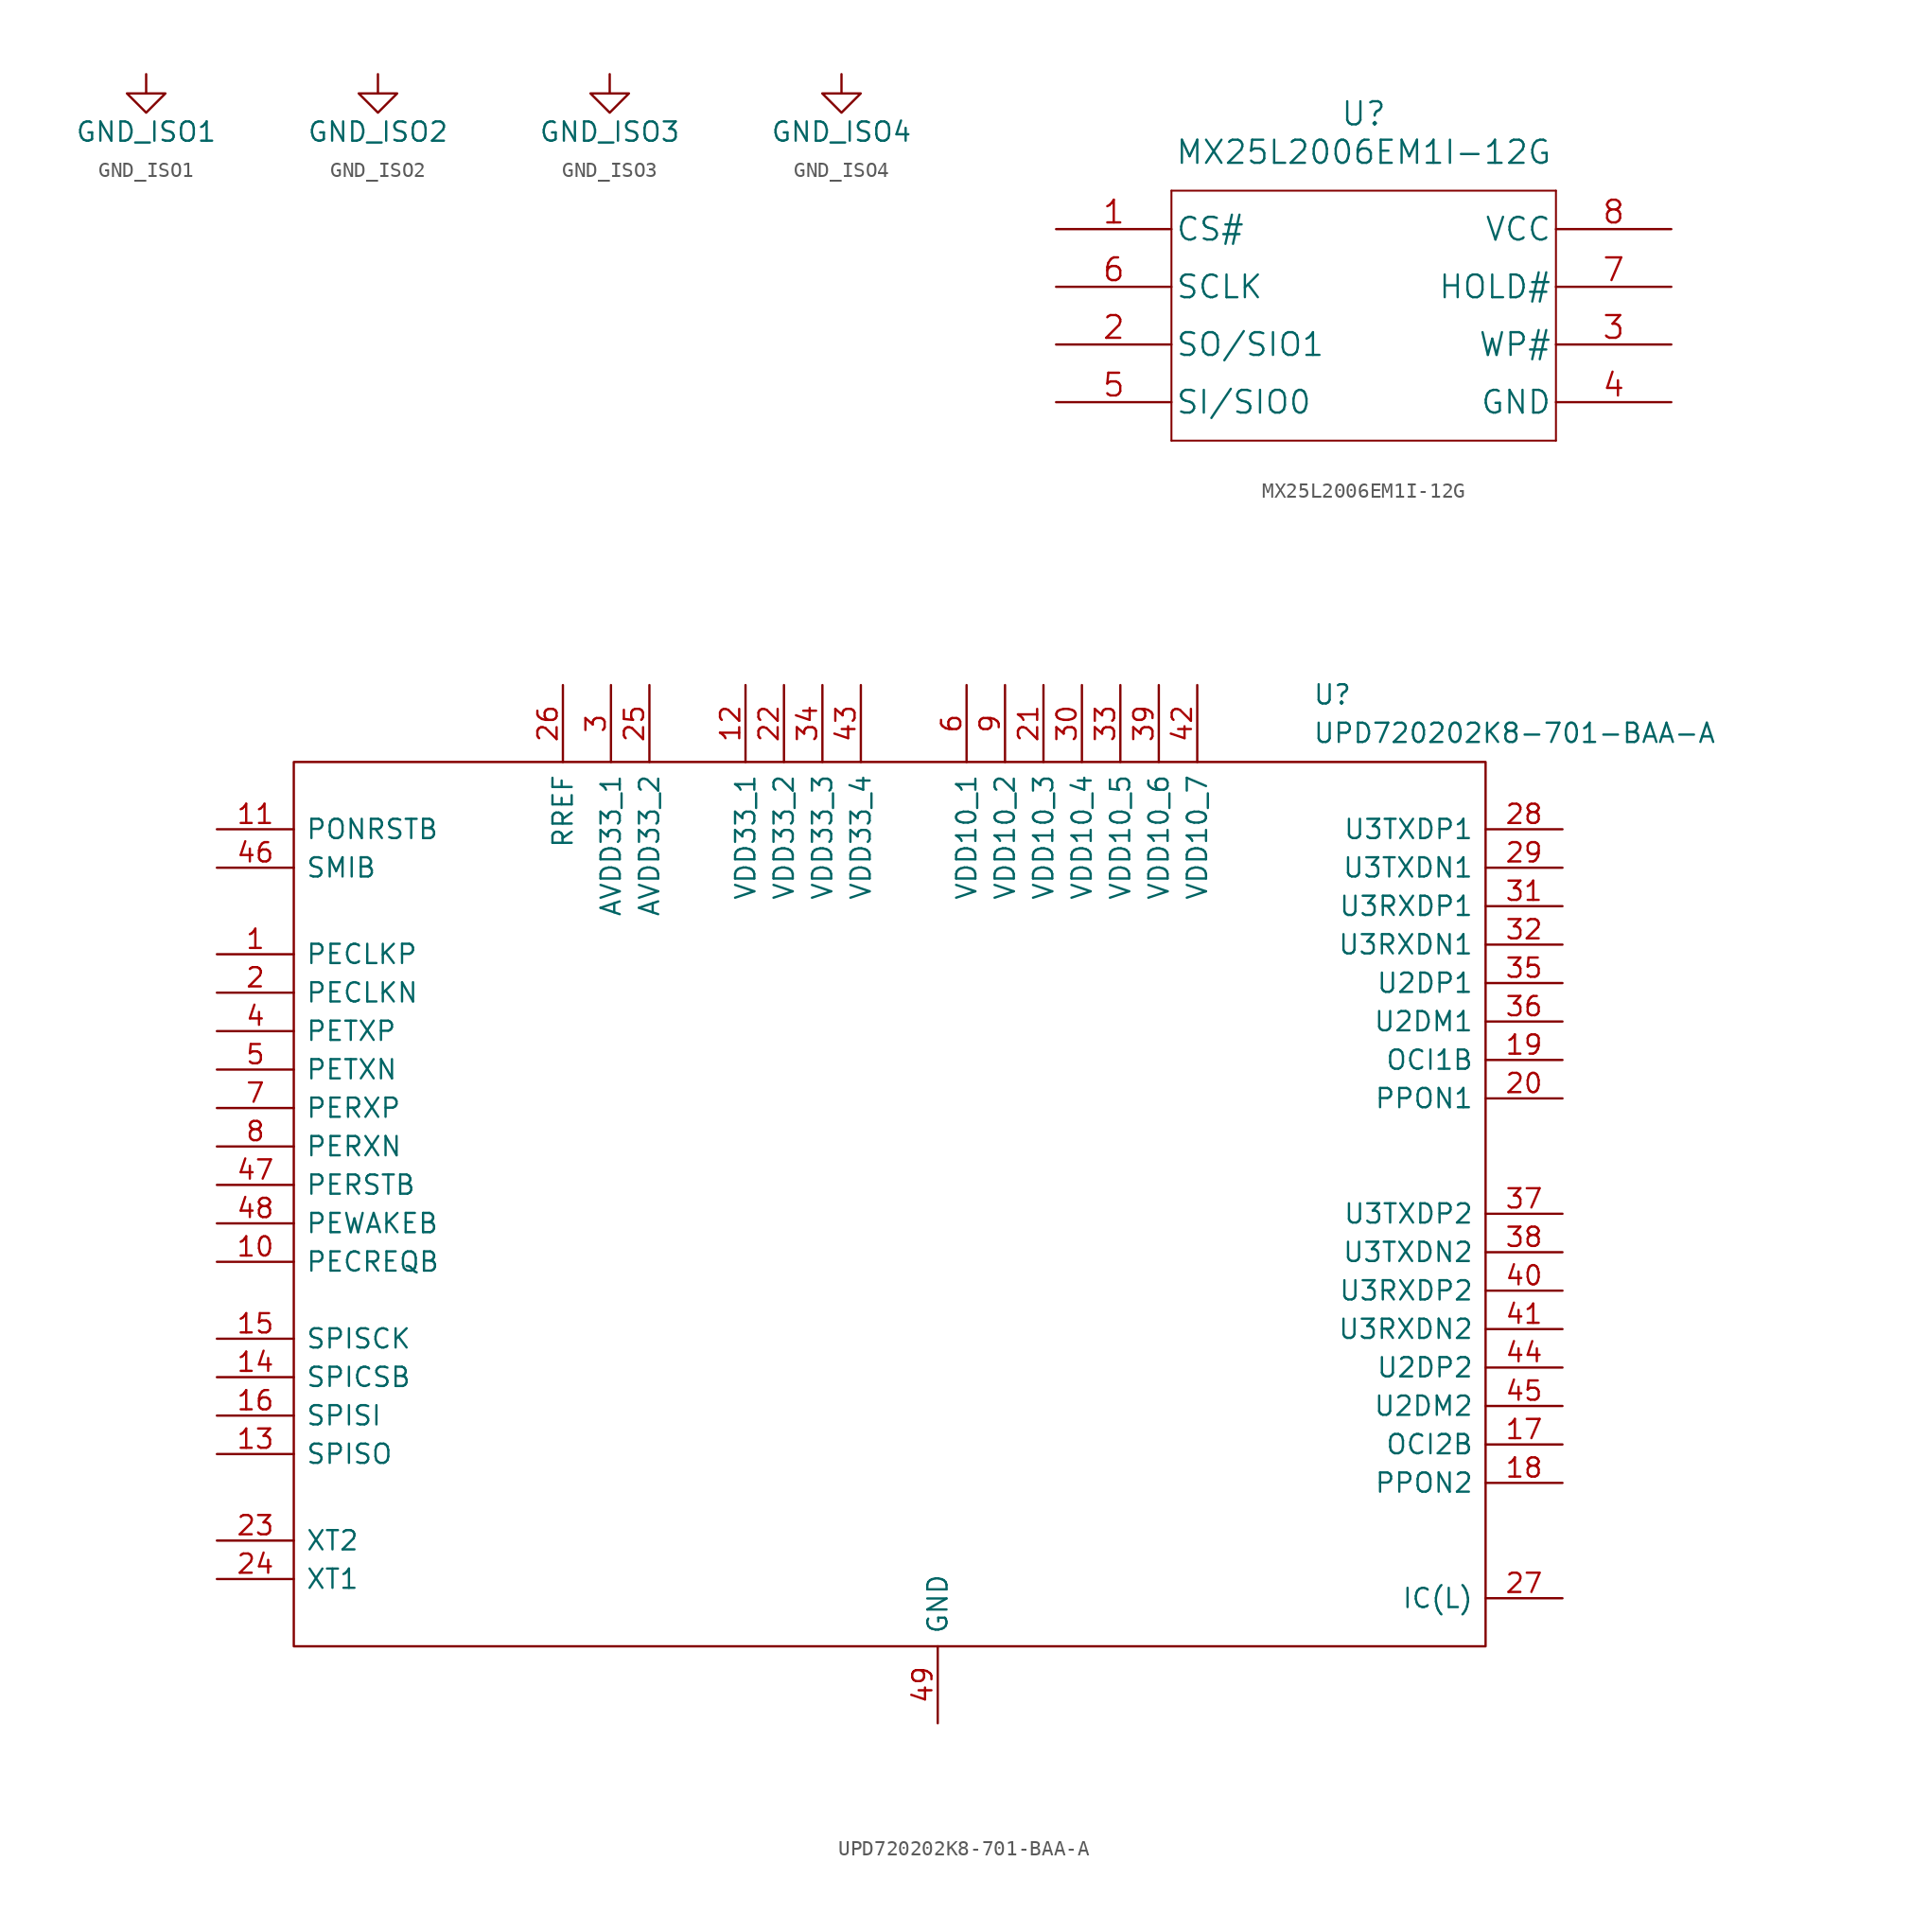
<source format=kicad_sym>
(kicad_symbol_lib
  (version 20211014)
  (generator kicad_symbol_editor)
  (symbol "GND_ISO1"
    (power)
    (pin_names
      (offset 0))
    (property "Reference" "#PWR"
      (at 0 -6.35 0)
      (effects (font (size 1.27 1.27)) hide))
    (property "Value" "GND_ISO1"
      (at 0 -3.81 0)
      (effects (font (size 1.27 1.27))))
    (property "Footprint" ""
      (at 0 0 0)
      (effects (font (size 1.27 1.27))))
    (property "Datasheet" ""
      (at 0 0 0)
      (effects (font (size 1.27 1.27))))
    (symbol "GND_ISO1_0_1"
      (polyline (pts (xy 0 0) (xy 0 -1.27) (xy 1.27 -1.27) (xy 0 -2.54) (xy -1.27 -1.27) (xy 0 -1.27)) (stroke (width 0) (type default) (color 0 0 0 0)) (fill (type none))))
    (symbol "GND_ISO1_1_1"
      (pin power_in line (at 0 0 270) (length 0) hide (name "GND_ISO1" (effects (font (size 1.27 1.27)))) (number "1" (effects (font (size 1.27 1.27)))))))
  (symbol "GND_ISO2"
    (power)
    (pin_names
      (offset 0))
    (property "Reference" "#PWR"
      (at 0 -6.35 0)
      (effects (font (size 1.27 1.27)) hide))
    (property "Value" "GND_ISO2"
      (at 0 -3.81 0)
      (effects (font (size 1.27 1.27))))
    (property "Footprint" ""
      (at 0 0 0)
      (effects (font (size 1.27 1.27))))
    (property "Datasheet" ""
      (at 0 0 0)
      (effects (font (size 1.27 1.27))))
    (symbol "GND_ISO2_0_1"
      (polyline (pts (xy 0 0) (xy 0 -1.27) (xy 1.27 -1.27) (xy 0 -2.54) (xy -1.27 -1.27) (xy 0 -1.27)) (stroke (width 0) (type default) (color 0 0 0 0)) (fill (type none))))
    (symbol "GND_ISO2_1_1"
      (pin power_in line (at 0 0 270) (length 0) hide (name "GND_ISO2" (effects (font (size 1.27 1.27)))) (number "1" (effects (font (size 1.27 1.27)))))))
  (symbol "GND_ISO3"
    (power)
    (pin_names
      (offset 0))
    (property "Reference" "#PWR"
      (at 0 -6.35 0)
      (effects (font (size 1.27 1.27)) hide))
    (property "Value" "GND_ISO3"
      (at 0 -3.81 0)
      (effects (font (size 1.27 1.27))))
    (property "Footprint" ""
      (at 0 0 0)
      (effects (font (size 1.27 1.27))))
    (property "Datasheet" ""
      (at 0 0 0)
      (effects (font (size 1.27 1.27))))
    (symbol "GND_ISO3_0_1"
      (polyline (pts (xy 0 0) (xy 0 -1.27) (xy 1.27 -1.27) (xy 0 -2.54) (xy -1.27 -1.27) (xy 0 -1.27)) (stroke (width 0) (type default) (color 0 0 0 0)) (fill (type none))))
    (symbol "GND_ISO3_1_1"
      (pin power_in line (at 0 0 270) (length 0) hide (name "GND_ISO3" (effects (font (size 1.27 1.27)))) (number "1" (effects (font (size 1.27 1.27)))))))
  (symbol "GND_ISO4"
    (power)
    (pin_names
      (offset 0))
    (property "Reference" "#PWR"
      (at 0 -6.35 0)
      (effects (font (size 1.27 1.27)) hide))
    (property "Value" "GND_ISO4"
      (at 0 -3.81 0)
      (effects (font (size 1.27 1.27))))
    (property "Footprint" ""
      (at 0 0 0)
      (effects (font (size 1.27 1.27))))
    (property "Datasheet" ""
      (at 0 0 0)
      (effects (font (size 1.27 1.27))))
    (symbol "GND_ISO4_0_1"
      (polyline (pts (xy 0 0) (xy 0 -1.27) (xy 1.27 -1.27) (xy 0 -2.54) (xy -1.27 -1.27) (xy 0 -1.27)) (stroke (width 0) (type default) (color 0 0 0 0)) (fill (type none))))
    (symbol "GND_ISO4_1_1"
      (pin power_in line (at 0 0 270) (length 0) hide (name "GND_ISO4" (effects (font (size 1.27 1.27)))) (number "1" (effects (font (size 1.27 1.27)))))))
  (symbol "MX25L2006EM1I-12G"
    (pin_names
      (offset 0.254))
    (property "Reference" "U"
      (at 0 23.495 0)
      (effects (font (size 1.524 1.524))))
    (property "Value" "MX25L2006EM1I-12G"
      (at 0 20.955 0)
      (effects (font (size 1.524 1.524))))
    (property "Datasheet" ""
      (at -20.32 10.795 0)
      (effects (font (size 1.524 1.524))))
    (symbol "MX25L2006EM1I-12G_1_1"
      (polyline (pts (xy -12.7 1.905) (xy 12.7 1.905)) (stroke (width 0.127) (type default) (color 0 0 0 0)) (fill (type none)))
      (polyline (pts (xy -12.7 18.415) (xy -12.7 1.905)) (stroke (width 0.127) (type default) (color 0 0 0 0)) (fill (type none)))
      (polyline (pts (xy 12.7 1.905) (xy 12.7 18.415)) (stroke (width 0.127) (type default) (color 0 0 0 0)) (fill (type none)))
      (polyline (pts (xy 12.7 18.415) (xy -12.7 18.415)) (stroke (width 0.127) (type default) (color 0 0 0 0)) (fill (type none)))
      (pin unspecified line (at -20.32 15.875 0) (length 7.62) (name "CS#" (effects (font (size 1.499 1.499)))) (number "1" (effects (font (size 1.499 1.499)))))
      (pin unspecified line (at -20.32 8.255 0) (length 7.62) (name "SO/SIO1" (effects (font (size 1.499 1.499)))) (number "2" (effects (font (size 1.499 1.499)))))
      (pin unspecified line (at 20.32 8.255 180) (length 7.62) (name "WP#" (effects (font (size 1.499 1.499)))) (number "3" (effects (font (size 1.499 1.499)))))
      (pin power_in line (at 20.32 4.445 180) (length 7.62) (name "GND" (effects (font (size 1.499 1.499)))) (number "4" (effects (font (size 1.499 1.499)))))
      (pin unspecified line (at -20.32 4.445 0) (length 7.62) (name "SI/SIO0" (effects (font (size 1.499 1.499)))) (number "5" (effects (font (size 1.499 1.499)))))
      (pin unspecified line (at -20.32 12.065 0) (length 7.62) (name "SCLK" (effects (font (size 1.499 1.499)))) (number "6" (effects (font (size 1.499 1.499)))))
      (pin unspecified line (at 20.32 12.065 180) (length 7.62) (name "HOLD#" (effects (font (size 1.499 1.499)))) (number "7" (effects (font (size 1.499 1.499)))))
      (pin power_in line (at 20.32 15.875 180) (length 7.62) (name "VCC" (effects (font (size 1.499 1.499)))) (number "8" (effects (font (size 1.499 1.499)))))))
  (symbol "UPD720202K8-701-BAA-A"
    (pin_names
      (offset 0.762))
    (property "Reference" "U"
      (at 24.765 33.02 0)
      (effects (font (size 1.27 1.27)) (justify left)))
    (property "Value" "UPD720202K8-701-BAA-A"
      (at 24.765 30.48 0)
      (effects (font (size 1.27 1.27)) (justify left)))
    (symbol "UPD720202K8-701-BAA-A_0_0"
      (pin passive line (at -47.625 15.875 0) (length 5.08) (name "PECLKP" (effects (font (size 1.27 1.27)))) (number "1" (effects (font (size 1.27 1.27)))))
      (pin passive line (at -47.625 -4.445 0) (length 5.08) (name "PECREQB" (effects (font (size 1.27 1.27)))) (number "10" (effects (font (size 1.27 1.27)))))
      (pin passive line (at -47.625 24.13 0) (length 5.08) (name "PONRSTB" (effects (font (size 1.27 1.27)))) (number "11" (effects (font (size 1.27 1.27)))))
      (pin passive line (at -12.7 33.655 270) (length 5.08) (name "VDD33_1" (effects (font (size 1.27 1.27)))) (number "12" (effects (font (size 1.27 1.27)))))
      (pin passive line (at -47.625 -17.145 0) (length 5.08) (name "SPISO" (effects (font (size 1.27 1.27)))) (number "13" (effects (font (size 1.27 1.27)))))
      (pin passive line (at -47.625 -12.065 0) (length 5.08) (name "SPICSB" (effects (font (size 1.27 1.27)))) (number "14" (effects (font (size 1.27 1.27)))))
      (pin passive line (at -47.625 -9.525 0) (length 5.08) (name "SPISCK" (effects (font (size 1.27 1.27)))) (number "15" (effects (font (size 1.27 1.27)))))
      (pin passive line (at -47.625 -14.605 0) (length 5.08) (name "SPISI" (effects (font (size 1.27 1.27)))) (number "16" (effects (font (size 1.27 1.27)))))
      (pin passive line (at 41.275 -16.51 180) (length 5.08) (name "OCI2B" (effects (font (size 1.27 1.27)))) (number "17" (effects (font (size 1.27 1.27)))))
      (pin passive line (at 41.275 -19.05 180) (length 5.08) (name "PPON2" (effects (font (size 1.27 1.27)))) (number "18" (effects (font (size 1.27 1.27)))))
      (pin passive line (at 41.275 8.89 180) (length 5.08) (name "OCI1B" (effects (font (size 1.27 1.27)))) (number "19" (effects (font (size 1.27 1.27)))))
      (pin passive line (at -47.625 13.335 0) (length 5.08) (name "PECLKN" (effects (font (size 1.27 1.27)))) (number "2" (effects (font (size 1.27 1.27)))))
      (pin passive line (at 41.275 6.35 180) (length 5.08) (name "PPON1" (effects (font (size 1.27 1.27)))) (number "20" (effects (font (size 1.27 1.27)))))
      (pin passive line (at 6.985 33.655 270) (length 5.08) (name "VDD10_3" (effects (font (size 1.27 1.27)))) (number "21" (effects (font (size 1.27 1.27)))))
      (pin passive line (at -10.16 33.655 270) (length 5.08) (name "VDD33_2" (effects (font (size 1.27 1.27)))) (number "22" (effects (font (size 1.27 1.27)))))
      (pin passive line (at -47.625 -22.86 0) (length 5.08) (name "XT2" (effects (font (size 1.27 1.27)))) (number "23" (effects (font (size 1.27 1.27)))))
      (pin passive line (at -47.625 -25.4 0) (length 5.08) (name "XT1" (effects (font (size 1.27 1.27)))) (number "24" (effects (font (size 1.27 1.27)))))
      (pin passive line (at -19.05 33.655 270) (length 5.08) (name "AVDD33_2" (effects (font (size 1.27 1.27)))) (number "25" (effects (font (size 1.27 1.27)))))
      (pin passive line (at -24.765 33.655 270) (length 5.08) (name "RREF" (effects (font (size 1.27 1.27)))) (number "26" (effects (font (size 1.27 1.27)))))
      (pin passive line (at 41.275 -26.67 180) (length 5.08) (name "IC(L)" (effects (font (size 1.27 1.27)))) (number "27" (effects (font (size 1.27 1.27)))))
      (pin passive line (at 41.275 24.13 180) (length 5.08) (name "U3TXDP1" (effects (font (size 1.27 1.27)))) (number "28" (effects (font (size 1.27 1.27)))))
      (pin passive line (at 41.275 21.59 180) (length 5.08) (name "U3TXDN1" (effects (font (size 1.27 1.27)))) (number "29" (effects (font (size 1.27 1.27)))))
      (pin passive line (at -21.59 33.655 270) (length 5.08) (name "AVDD33_1" (effects (font (size 1.27 1.27)))) (number "3" (effects (font (size 1.27 1.27)))))
      (pin passive line (at 9.525 33.655 270) (length 5.08) (name "VDD10_4" (effects (font (size 1.27 1.27)))) (number "30" (effects (font (size 1.27 1.27)))))
      (pin passive line (at 41.275 19.05 180) (length 5.08) (name "U3RXDP1" (effects (font (size 1.27 1.27)))) (number "31" (effects (font (size 1.27 1.27)))))
      (pin passive line (at 41.275 16.51 180) (length 5.08) (name "U3RXDN1" (effects (font (size 1.27 1.27)))) (number "32" (effects (font (size 1.27 1.27)))))
      (pin passive line (at 12.065 33.655 270) (length 5.08) (name "VDD10_5" (effects (font (size 1.27 1.27)))) (number "33" (effects (font (size 1.27 1.27)))))
      (pin passive line (at -7.62 33.655 270) (length 5.08) (name "VDD33_3" (effects (font (size 1.27 1.27)))) (number "34" (effects (font (size 1.27 1.27)))))
      (pin passive line (at 41.275 13.97 180) (length 5.08) (name "U2DP1" (effects (font (size 1.27 1.27)))) (number "35" (effects (font (size 1.27 1.27)))))
      (pin passive line (at 41.275 11.43 180) (length 5.08) (name "U2DM1" (effects (font (size 1.27 1.27)))) (number "36" (effects (font (size 1.27 1.27)))))
      (pin passive line (at 41.275 -1.27 180) (length 5.08) (name "U3TXDP2" (effects (font (size 1.27 1.27)))) (number "37" (effects (font (size 1.27 1.27)))))
      (pin passive line (at 41.275 -3.81 180) (length 5.08) (name "U3TXDN2" (effects (font (size 1.27 1.27)))) (number "38" (effects (font (size 1.27 1.27)))))
      (pin passive line (at 14.605 33.655 270) (length 5.08) (name "VDD10_6" (effects (font (size 1.27 1.27)))) (number "39" (effects (font (size 1.27 1.27)))))
      (pin passive line (at -47.625 10.795 0) (length 5.08) (name "PETXP" (effects (font (size 1.27 1.27)))) (number "4" (effects (font (size 1.27 1.27)))))
      (pin passive line (at 41.275 -6.35 180) (length 5.08) (name "U3RXDP2" (effects (font (size 1.27 1.27)))) (number "40" (effects (font (size 1.27 1.27)))))
      (pin passive line (at 41.275 -8.89 180) (length 5.08) (name "U3RXDN2" (effects (font (size 1.27 1.27)))) (number "41" (effects (font (size 1.27 1.27)))))
      (pin passive line (at 17.145 33.655 270) (length 5.08) (name "VDD10_7" (effects (font (size 1.27 1.27)))) (number "42" (effects (font (size 1.27 1.27)))))
      (pin passive line (at -5.08 33.655 270) (length 5.08) (name "VDD33_4" (effects (font (size 1.27 1.27)))) (number "43" (effects (font (size 1.27 1.27)))))
      (pin passive line (at 41.275 -11.43 180) (length 5.08) (name "U2DP2" (effects (font (size 1.27 1.27)))) (number "44" (effects (font (size 1.27 1.27)))))
      (pin passive line (at 41.275 -13.97 180) (length 5.08) (name "U2DM2" (effects (font (size 1.27 1.27)))) (number "45" (effects (font (size 1.27 1.27)))))
      (pin passive line (at -47.625 21.59 0) (length 5.08) (name "SMIB" (effects (font (size 1.27 1.27)))) (number "46" (effects (font (size 1.27 1.27)))))
      (pin passive line (at -47.625 0.635 0) (length 5.08) (name "PERSTB" (effects (font (size 1.27 1.27)))) (number "47" (effects (font (size 1.27 1.27)))))
      (pin passive line (at -47.625 -1.905 0) (length 5.08) (name "PEWAKEB" (effects (font (size 1.27 1.27)))) (number "48" (effects (font (size 1.27 1.27)))))
      (pin passive line (at 0 -34.925 90) (length 5.08) (name "GND" (effects (font (size 1.27 1.27)))) (number "49" (effects (font (size 1.27 1.27)))))
      (pin passive line (at -47.625 8.255 0) (length 5.08) (name "PETXN" (effects (font (size 1.27 1.27)))) (number "5" (effects (font (size 1.27 1.27)))))
      (pin passive line (at 1.905 33.655 270) (length 5.08) (name "VDD10_1" (effects (font (size 1.27 1.27)))) (number "6" (effects (font (size 1.27 1.27)))))
      (pin passive line (at -47.625 5.715 0) (length 5.08) (name "PERXP" (effects (font (size 1.27 1.27)))) (number "7" (effects (font (size 1.27 1.27)))))
      (pin passive line (at -47.625 3.175 0) (length 5.08) (name "PERXN" (effects (font (size 1.27 1.27)))) (number "8" (effects (font (size 1.27 1.27)))))
      (pin passive line (at 4.445 33.655 270) (length 5.08) (name "VDD10_2" (effects (font (size 1.27 1.27)))) (number "9" (effects (font (size 1.27 1.27))))))
    (symbol "UPD720202K8-701-BAA-A_0_1"
      (polyline (pts (xy -42.545 28.575) (xy 36.195 28.575) (xy 36.195 -29.845) (xy -42.545 -29.845) (xy -42.545 28.575)) (stroke (width 0.152) (type default) (color 0 0 0 0)) (fill (type none))))))
</source>
